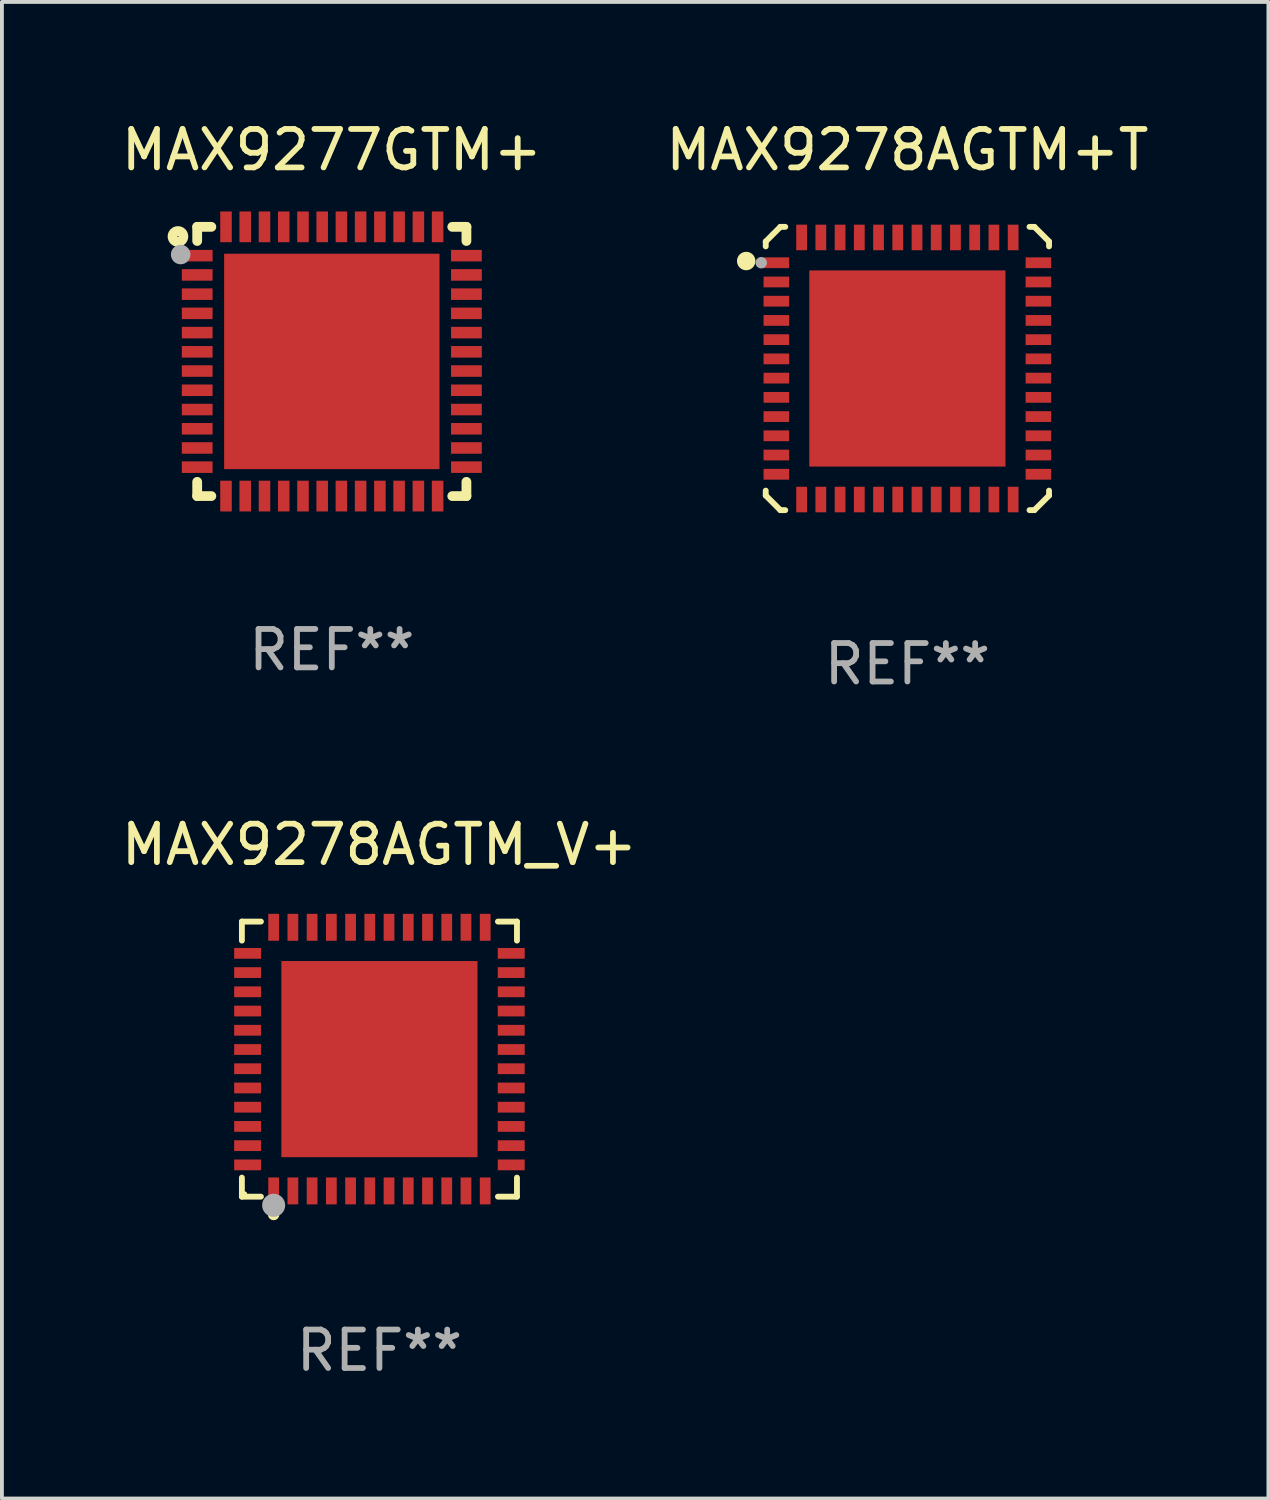
<source format=kicad_pcb>
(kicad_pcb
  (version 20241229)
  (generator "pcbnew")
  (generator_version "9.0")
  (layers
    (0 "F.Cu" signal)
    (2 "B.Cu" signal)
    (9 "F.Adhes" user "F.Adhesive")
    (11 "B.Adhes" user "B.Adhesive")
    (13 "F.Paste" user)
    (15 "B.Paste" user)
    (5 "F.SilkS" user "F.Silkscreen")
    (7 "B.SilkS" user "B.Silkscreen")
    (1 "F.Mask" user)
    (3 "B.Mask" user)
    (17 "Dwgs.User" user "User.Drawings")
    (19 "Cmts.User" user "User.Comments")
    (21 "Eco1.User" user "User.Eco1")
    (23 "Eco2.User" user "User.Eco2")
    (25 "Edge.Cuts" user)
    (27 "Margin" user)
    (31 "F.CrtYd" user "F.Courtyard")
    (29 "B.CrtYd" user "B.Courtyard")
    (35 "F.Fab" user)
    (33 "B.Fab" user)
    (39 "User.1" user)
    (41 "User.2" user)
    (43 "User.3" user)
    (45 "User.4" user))
  (footprint "MAX9277GTM+"
    (layer "F.Cu")
    (at 5.577 6.348)
    (property "Reference" "MAX9277GTM+" (at 0 -5.5 0) (layer "F.SilkS") (effects (font (size 1 1) (thickness 0.15))))
    (attr through_hole)
    (fp_line (start -3.5 -3.5) (end -3.132 -3.5) (stroke (width 0.254) (type solid)) (layer "F.SilkS"))
    (fp_line (start -3.5 -3.132) (end -3.5 -3.5) (stroke (width 0.254) (type solid)) (layer "F.SilkS"))
    (fp_line (start -3.5 3.5) (end -3.5 3.13) (stroke (width 0.254) (type solid)) (layer "F.SilkS"))
    (fp_line (start -3.132 3.5) (end -3.5 3.5) (stroke (width 0.254) (type solid)) (layer "F.SilkS"))
    (fp_line (start 3.132 -3.5) (end 3.5 -3.5) (stroke (width 0.254) (type solid)) (layer "F.SilkS"))
    (fp_line (start 3.5 -3.5) (end 3.5 -3.132) (stroke (width 0.254) (type solid)) (layer "F.SilkS"))
    (fp_line (start 3.5 3.13) (end 3.5 3.5) (stroke (width 0.254) (type solid)) (layer "F.SilkS"))
    (fp_line (start 3.5 3.5) (end 3.132 3.5) (stroke (width 0.254) (type solid)) (layer "F.SilkS"))
    (fp_circle (center -4 -3.25) (end -3.859 -3.25) (stroke (width 0.254) (type solid)) (fill no) (layer "F.SilkS"))
    (fp_circle (center -3.5 -3.501) (end -3.47 -3.501) (stroke (width 0.06) (type solid)) (fill no) (layer "F.SilkS"))
    (fp_circle (center -3.93 -2.78) (end -3.803 -2.78) (stroke (width 0.254) (type solid)) (fill no) (layer "F.Fab"))
    (fp_text user "REF**" (at 0 7.5 0) (layer "F.Fab") (effects (font (size 1 1) (thickness 0.15))))
    (pad "1" smd rect (at -3.5 -2.751 270) (size 0.3 0.8) (layers "F.Cu" "F.Mask" "F.Paste"))
    (pad "2" smd rect (at -3.5 -2.25 270) (size 0.3 0.8) (layers "F.Cu" "F.Mask" "F.Paste"))
    (pad "3" smd rect (at -3.5 -1.75 270) (size 0.3 0.8) (layers "F.Cu" "F.Mask" "F.Paste"))
    (pad "4" smd rect (at -3.5 -1.251 270) (size 0.3 0.8) (layers "F.Cu" "F.Mask" "F.Paste"))
    (pad "5" smd rect (at -3.5 -0.75 270) (size 0.3 0.8) (layers "F.Cu" "F.Mask" "F.Paste"))
    (pad "6" smd rect (at -3.5 -0.251 270) (size 0.3 0.8) (layers "F.Cu" "F.Mask" "F.Paste"))
    (pad "7" smd rect (at -3.5 0.249 270) (size 0.3 0.8) (layers "F.Cu" "F.Mask" "F.Paste"))
    (pad "8" smd rect (at -3.5 0.749 270) (size 0.3 0.8) (layers "F.Cu" "F.Mask" "F.Paste"))
    (pad "9" smd rect (at -3.5 1.25 270) (size 0.3 0.8) (layers "F.Cu" "F.Mask" "F.Paste"))
    (pad "10" smd rect (at -3.5 1.75 270) (size 0.3 0.8) (layers "F.Cu" "F.Mask" "F.Paste"))
    (pad "11" smd rect (at -3.5 2.249 270) (size 0.3 0.8) (layers "F.Cu" "F.Mask" "F.Paste"))
    (pad "12" smd rect (at -3.5 2.748 270) (size 0.3 0.8) (layers "F.Cu" "F.Mask" "F.Paste"))
    (pad "13" smd rect (at -2.751 3.5 180) (size 0.3 0.8) (layers "F.Cu" "F.Mask" "F.Paste"))
    (pad "14" smd rect (at -2.251 3.5 180) (size 0.3 0.8) (layers "F.Cu" "F.Mask" "F.Paste"))
    (pad "15" smd rect (at -1.75 3.5 180) (size 0.3 0.8) (layers "F.Cu" "F.Mask" "F.Paste"))
    (pad "16" smd rect (at -1.25 3.5 180) (size 0.3 0.8) (layers "F.Cu" "F.Mask" "F.Paste"))
    (pad "17" smd rect (at -0.749 3.5 180) (size 0.3 0.8) (layers "F.Cu" "F.Mask" "F.Paste"))
    (pad "18" smd rect (at -0.25 3.5 180) (size 0.3 0.8) (layers "F.Cu" "F.Mask" "F.Paste"))
    (pad "19" smd rect (at 0.249 3.5 180) (size 0.3 0.8) (layers "F.Cu" "F.Mask" "F.Paste"))
    (pad "20" smd rect (at 0.749 3.5 180) (size 0.3 0.8) (layers "F.Cu" "F.Mask" "F.Paste"))
    (pad "21" smd rect (at 1.25 3.5 180) (size 0.3 0.8) (layers "F.Cu" "F.Mask" "F.Paste"))
    (pad "22" smd rect (at 1.75 3.5 180) (size 0.3 0.8) (layers "F.Cu" "F.Mask" "F.Paste"))
    (pad "23" smd rect (at 2.251 3.5 180) (size 0.3 0.8) (layers "F.Cu" "F.Mask" "F.Paste"))
    (pad "24" smd rect (at 2.751 3.5 180) (size 0.3 0.8) (layers "F.Cu" "F.Mask" "F.Paste"))
    (pad "25" smd rect (at 3.5 2.748 270) (size 0.3 0.8) (layers "F.Cu" "F.Mask" "F.Paste"))
    (pad "26" smd rect (at 3.5 2.249 270) (size 0.3 0.8) (layers "F.Cu" "F.Mask" "F.Paste"))
    (pad "27" smd rect (at 3.5 1.75 270) (size 0.3 0.8) (layers "F.Cu" "F.Mask" "F.Paste"))
    (pad "28" smd rect (at 3.5 1.25 270) (size 0.3 0.8) (layers "F.Cu" "F.Mask" "F.Paste"))
    (pad "29" smd rect (at 3.5 0.749 270) (size 0.3 0.8) (layers "F.Cu" "F.Mask" "F.Paste"))
    (pad "30" smd rect (at 3.5 0.249 270) (size 0.3 0.8) (layers "F.Cu" "F.Mask" "F.Paste"))
    (pad "31" smd rect (at 3.5 -0.251 270) (size 0.3 0.8) (layers "F.Cu" "F.Mask" "F.Paste"))
    (pad "32" smd rect (at 3.5 -0.75 270) (size 0.3 0.8) (layers "F.Cu" "F.Mask" "F.Paste"))
    (pad "33" smd rect (at 3.5 -1.251 270) (size 0.3 0.8) (layers "F.Cu" "F.Mask" "F.Paste"))
    (pad "34" smd rect (at 3.5 -1.75 270) (size 0.3 0.8) (layers "F.Cu" "F.Mask" "F.Paste"))
    (pad "35" smd rect (at 3.5 -2.25 270) (size 0.3 0.8) (layers "F.Cu" "F.Mask" "F.Paste"))
    (pad "36" smd rect (at 3.5 -2.751 270) (size 0.3 0.8) (layers "F.Cu" "F.Mask" "F.Paste"))
    (pad "37" smd rect (at 2.751 -3.5 180) (size 0.3 0.8) (layers "F.Cu" "F.Mask" "F.Paste"))
    (pad "38" smd rect (at 2.251 -3.5 180) (size 0.3 0.8) (layers "F.Cu" "F.Mask" "F.Paste"))
    (pad "39" smd rect (at 1.75 -3.5 180) (size 0.3 0.8) (layers "F.Cu" "F.Mask" "F.Paste"))
    (pad "40" smd rect (at 1.25 -3.5 180) (size 0.3 0.8) (layers "F.Cu" "F.Mask" "F.Paste"))
    (pad "41" smd rect (at 0.749 -3.5 180) (size 0.3 0.8) (layers "F.Cu" "F.Mask" "F.Paste"))
    (pad "42" smd rect (at 0.25 -3.5 180) (size 0.3 0.8) (layers "F.Cu" "F.Mask" "F.Paste"))
    (pad "43" smd rect (at -0.25 -3.5 180) (size 0.3 0.8) (layers "F.Cu" "F.Mask" "F.Paste"))
    (pad "44" smd rect (at -0.749 -3.5 180) (size 0.3 0.8) (layers "F.Cu" "F.Mask" "F.Paste"))
    (pad "45" smd rect (at -1.25 -3.5 180) (size 0.3 0.8) (layers "F.Cu" "F.Mask" "F.Paste"))
    (pad "46" smd rect (at -1.75 -3.5 180) (size 0.3 0.8) (layers "F.Cu" "F.Mask" "F.Paste"))
    (pad "47" smd rect (at -2.251 -3.5 180) (size 0.3 0.8) (layers "F.Cu" "F.Mask" "F.Paste"))
    (pad "48" smd rect (at -2.751 -3.5 180) (size 0.3 0.8) (layers "F.Cu" "F.Mask" "F.Paste"))
    (pad "49" smd rect (at 0.000127 -0.001 180) (size 5.6 5.6) (layers "F.Cu" "F.Mask" "F.Paste")))
  (footprint "MAX9278AGTM+T"
    (layer "F.Cu")
    (at 20.542 6.531)
    (property "Reference" "MAX9278AGTM+T" (at 0 -5.683 0) (layer "F.SilkS") (effects (font (size 1 1) (thickness 0.15))))
    (attr through_hole)
    (fp_line (start -3.683 -3.302) (end -3.302 -3.683) (stroke (width 0.152) (type solid)) (layer "F.SilkS"))
    (fp_line (start -3.683 -3.175) (end -3.683 -3.302) (stroke (width 0.152) (type solid)) (layer "F.SilkS"))
    (fp_line (start -3.683 3.302) (end -3.683 3.175) (stroke (width 0.152) (type solid)) (layer "F.SilkS"))
    (fp_line (start -3.302 -3.683) (end -3.175 -3.683) (stroke (width 0.152) (type solid)) (layer "F.SilkS"))
    (fp_line (start -3.302 3.683) (end -3.683 3.302) (stroke (width 0.152) (type solid)) (layer "F.SilkS"))
    (fp_line (start -3.175 3.683) (end -3.302 3.683) (stroke (width 0.152) (type solid)) (layer "F.SilkS"))
    (fp_line (start 3.175 -3.683) (end 3.302 -3.683) (stroke (width 0.152) (type solid)) (layer "F.SilkS"))
    (fp_line (start 3.302 -3.683) (end 3.683 -3.302) (stroke (width 0.152) (type solid)) (layer "F.SilkS"))
    (fp_line (start 3.302 3.683) (end 3.175 3.683) (stroke (width 0.152) (type solid)) (layer "F.SilkS"))
    (fp_line (start 3.683 -3.302) (end 3.683 -3.175) (stroke (width 0.152) (type solid)) (layer "F.SilkS"))
    (fp_line (start 3.683 3.175) (end 3.683 3.302) (stroke (width 0.152) (type solid)) (layer "F.SilkS"))
    (fp_line (start 3.683 3.302) (end 3.302 3.683) (stroke (width 0.152) (type solid)) (layer "F.SilkS"))
    (fp_circle (center -4.191 -2.794) (end -4.071 -2.794) (stroke (width 0.24) (type solid)) (fill no) (layer "F.SilkS"))
    (fp_circle (center -3.5 -3.5) (end -3.47 -3.5) (stroke (width 0.06) (type solid)) (fill no) (layer "F.SilkS"))
    (fp_circle (center -3.8 -2.75) (end -3.725 -2.75) (stroke (width 0.15) (type solid)) (fill no) (layer "F.Fab"))
    (fp_text user "REF**" (at 0 7.683 0) (layer "F.Fab") (effects (font (size 1 1) (thickness 0.15))))
    (pad "1" smd rect (at -3.407 -2.75) (size 0.665 0.28) (layers "F.Cu" "F.Mask" "F.Paste"))
    (pad "2" smd rect (at -3.407 -2.25) (size 0.665 0.28) (layers "F.Cu" "F.Mask" "F.Paste"))
    (pad "3" smd rect (at -3.407 -1.75) (size 0.665 0.28) (layers "F.Cu" "F.Mask" "F.Paste"))
    (pad "4" smd rect (at -3.407 -1.25) (size 0.665 0.28) (layers "F.Cu" "F.Mask" "F.Paste"))
    (pad "5" smd rect (at -3.407 -0.75) (size 0.665 0.28) (layers "F.Cu" "F.Mask" "F.Paste"))
    (pad "6" smd rect (at -3.407 -0.25) (size 0.665 0.28) (layers "F.Cu" "F.Mask" "F.Paste"))
    (pad "7" smd rect (at -3.407 0.25) (size 0.665 0.28) (layers "F.Cu" "F.Mask" "F.Paste"))
    (pad "8" smd rect (at -3.407 0.75) (size 0.665 0.28) (layers "F.Cu" "F.Mask" "F.Paste"))
    (pad "9" smd rect (at -3.407 1.25) (size 0.665 0.28) (layers "F.Cu" "F.Mask" "F.Paste"))
    (pad "10" smd rect (at -3.407 1.75) (size 0.665 0.28) (layers "F.Cu" "F.Mask" "F.Paste"))
    (pad "11" smd rect (at -3.407 2.25) (size 0.665 0.28) (layers "F.Cu" "F.Mask" "F.Paste"))
    (pad "12" smd rect (at -3.407 2.75) (size 0.665 0.28) (layers "F.Cu" "F.Mask" "F.Paste"))
    (pad "13" smd rect (at -2.75 3.407) (size 0.28 0.665) (layers "F.Cu" "F.Mask" "F.Paste"))
    (pad "14" smd rect (at -2.25 3.407) (size 0.28 0.665) (layers "F.Cu" "F.Mask" "F.Paste"))
    (pad "15" smd rect (at -1.75 3.407) (size 0.28 0.665) (layers "F.Cu" "F.Mask" "F.Paste"))
    (pad "16" smd rect (at -1.25 3.407) (size 0.28 0.665) (layers "F.Cu" "F.Mask" "F.Paste"))
    (pad "17" smd rect (at -0.75 3.407) (size 0.28 0.665) (layers "F.Cu" "F.Mask" "F.Paste"))
    (pad "18" smd rect (at -0.25 3.407) (size 0.28 0.665) (layers "F.Cu" "F.Mask" "F.Paste"))
    (pad "19" smd rect (at 0.25 3.407) (size 0.28 0.665) (layers "F.Cu" "F.Mask" "F.Paste"))
    (pad "20" smd rect (at 0.75 3.407) (size 0.28 0.665) (layers "F.Cu" "F.Mask" "F.Paste"))
    (pad "21" smd rect (at 1.25 3.407) (size 0.28 0.665) (layers "F.Cu" "F.Mask" "F.Paste"))
    (pad "22" smd rect (at 1.75 3.407) (size 0.28 0.665) (layers "F.Cu" "F.Mask" "F.Paste"))
    (pad "23" smd rect (at 2.25 3.407) (size 0.28 0.665) (layers "F.Cu" "F.Mask" "F.Paste"))
    (pad "24" smd rect (at 2.75 3.407) (size 0.28 0.665) (layers "F.Cu" "F.Mask" "F.Paste"))
    (pad "25" smd rect (at 3.407 2.75) (size 0.665 0.28) (layers "F.Cu" "F.Mask" "F.Paste"))
    (pad "26" smd rect (at 3.407 2.25) (size 0.665 0.28) (layers "F.Cu" "F.Mask" "F.Paste"))
    (pad "27" smd rect (at 3.407 1.75) (size 0.665 0.28) (layers "F.Cu" "F.Mask" "F.Paste"))
    (pad "28" smd rect (at 3.407 1.25) (size 0.665 0.28) (layers "F.Cu" "F.Mask" "F.Paste"))
    (pad "29" smd rect (at 3.407 0.75) (size 0.665 0.28) (layers "F.Cu" "F.Mask" "F.Paste"))
    (pad "30" smd rect (at 3.407 0.25) (size 0.665 0.28) (layers "F.Cu" "F.Mask" "F.Paste"))
    (pad "31" smd rect (at 3.407 -0.25) (size 0.665 0.28) (layers "F.Cu" "F.Mask" "F.Paste"))
    (pad "32" smd rect (at 3.407 -0.75) (size 0.665 0.28) (layers "F.Cu" "F.Mask" "F.Paste"))
    (pad "33" smd rect (at 3.407 -1.25) (size 0.665 0.28) (layers "F.Cu" "F.Mask" "F.Paste"))
    (pad "34" smd rect (at 3.407 -1.75) (size 0.665 0.28) (layers "F.Cu" "F.Mask" "F.Paste"))
    (pad "35" smd rect (at 3.407 -2.25) (size 0.665 0.28) (layers "F.Cu" "F.Mask" "F.Paste"))
    (pad "36" smd rect (at 3.407 -2.75) (size 0.665 0.28) (layers "F.Cu" "F.Mask" "F.Paste"))
    (pad "37" smd rect (at 2.75 -3.407) (size 0.28 0.665) (layers "F.Cu" "F.Mask" "F.Paste"))
    (pad "38" smd rect (at 2.25 -3.407) (size 0.28 0.665) (layers "F.Cu" "F.Mask" "F.Paste"))
    (pad "39" smd rect (at 1.75 -3.407) (size 0.28 0.665) (layers "F.Cu" "F.Mask" "F.Paste"))
    (pad "40" smd rect (at 1.25 -3.407) (size 0.28 0.665) (layers "F.Cu" "F.Mask" "F.Paste"))
    (pad "41" smd rect (at 0.75 -3.407) (size 0.28 0.665) (layers "F.Cu" "F.Mask" "F.Paste"))
    (pad "42" smd rect (at 0.25 -3.407) (size 0.28 0.665) (layers "F.Cu" "F.Mask" "F.Paste"))
    (pad "43" smd rect (at -0.25 -3.407) (size 0.28 0.665) (layers "F.Cu" "F.Mask" "F.Paste"))
    (pad "44" smd rect (at -0.75 -3.407) (size 0.28 0.665) (layers "F.Cu" "F.Mask" "F.Paste"))
    (pad "45" smd rect (at -1.25 -3.407) (size 0.28 0.665) (layers "F.Cu" "F.Mask" "F.Paste"))
    (pad "46" smd rect (at -1.75 -3.407) (size 0.28 0.665) (layers "F.Cu" "F.Mask" "F.Paste"))
    (pad "47" smd rect (at -2.25 -3.407) (size 0.28 0.665) (layers "F.Cu" "F.Mask" "F.Paste"))
    (pad "48" smd rect (at -2.75 -3.407) (size 0.28 0.665) (layers "F.Cu" "F.Mask" "F.Paste"))
    (pad "49" smd rect (at 0 0) (size 5.1 5.1) (layers "F.Cu" "F.Mask" "F.Paste")))
  (footprint "MAX9278AGTM_V+"
    (layer "F.Cu")
    (at 6.815 24.487)
    (property "Reference" "MAX9278AGTM_V+" (at 0 -5.576 0) (layer "F.SilkS") (effects (font (size 1 1) (thickness 0.15))))
    (attr through_hole)
    (fp_line (start -3.576 -3.576) (end -3.081 -3.576) (stroke (width 0.152) (type solid)) (layer "F.SilkS"))
    (fp_line (start -3.576 -3.081) (end -3.576 -3.576) (stroke (width 0.152) (type solid)) (layer "F.SilkS"))
    (fp_line (start -3.576 3.081) (end -3.576 3.576) (stroke (width 0.152) (type solid)) (layer "F.SilkS"))
    (fp_line (start -3.576 3.576) (end -3.081 3.576) (stroke (width 0.152) (type solid)) (layer "F.SilkS"))
    (fp_line (start 3.576 -3.576) (end 3.081 -3.576) (stroke (width 0.152) (type solid)) (layer "F.SilkS"))
    (fp_line (start 3.576 -3.081) (end 3.576 -3.576) (stroke (width 0.152) (type solid)) (layer "F.SilkS"))
    (fp_line (start 3.576 3.081) (end 3.576 3.576) (stroke (width 0.152) (type solid)) (layer "F.SilkS"))
    (fp_line (start 3.576 3.576) (end 3.081 3.576) (stroke (width 0.152) (type solid)) (layer "F.SilkS"))
    (fp_circle (center -3.5 3.5) (end -3.47 3.5) (stroke (width 0.06) (type solid)) (fill no) (layer "F.SilkS"))
    (fp_circle (center -2.75 4.04) (end -2.675 4.04) (stroke (width 0.15) (type solid)) (fill no) (layer "F.SilkS"))
    (fp_circle (center -2.75 3.8) (end -2.6 3.8) (stroke (width 0.3) (type solid)) (fill no) (layer "F.Fab"))
    (fp_text user "REF**" (at 0 7.576 0) (layer "F.Fab") (effects (font (size 1 1) (thickness 0.15))))
    (pad "1" smd rect (at -2.75 3.427) (size 0.28 0.7) (layers "F.Cu" "F.Mask" "F.Paste"))
    (pad "2" smd rect (at -2.25 3.427) (size 0.28 0.7) (layers "F.Cu" "F.Mask" "F.Paste"))
    (pad "3" smd rect (at -1.75 3.427) (size 0.28 0.7) (layers "F.Cu" "F.Mask" "F.Paste"))
    (pad "4" smd rect (at -1.25 3.427) (size 0.28 0.7) (layers "F.Cu" "F.Mask" "F.Paste"))
    (pad "5" smd rect (at -0.75 3.427) (size 0.28 0.7) (layers "F.Cu" "F.Mask" "F.Paste"))
    (pad "6" smd rect (at -0.25 3.427) (size 0.28 0.7) (layers "F.Cu" "F.Mask" "F.Paste"))
    (pad "7" smd rect (at 0.25 3.427) (size 0.28 0.7) (layers "F.Cu" "F.Mask" "F.Paste"))
    (pad "8" smd rect (at 0.75 3.427) (size 0.28 0.7) (layers "F.Cu" "F.Mask" "F.Paste"))
    (pad "9" smd rect (at 1.25 3.427) (size 0.28 0.7) (layers "F.Cu" "F.Mask" "F.Paste"))
    (pad "10" smd rect (at 1.75 3.427) (size 0.28 0.7) (layers "F.Cu" "F.Mask" "F.Paste"))
    (pad "11" smd rect (at 2.25 3.427) (size 0.28 0.7) (layers "F.Cu" "F.Mask" "F.Paste"))
    (pad "12" smd rect (at 2.75 3.427) (size 0.28 0.7) (layers "F.Cu" "F.Mask" "F.Paste"))
    (pad "13" smd rect (at 3.427 2.75) (size 0.7 0.28) (layers "F.Cu" "F.Mask" "F.Paste"))
    (pad "14" smd rect (at 3.427 2.25) (size 0.7 0.28) (layers "F.Cu" "F.Mask" "F.Paste"))
    (pad "15" smd rect (at 3.427 1.75) (size 0.7 0.28) (layers "F.Cu" "F.Mask" "F.Paste"))
    (pad "16" smd rect (at 3.427 1.25) (size 0.7 0.28) (layers "F.Cu" "F.Mask" "F.Paste"))
    (pad "17" smd rect (at 3.427 0.75) (size 0.7 0.28) (layers "F.Cu" "F.Mask" "F.Paste"))
    (pad "18" smd rect (at 3.427 0.25) (size 0.7 0.28) (layers "F.Cu" "F.Mask" "F.Paste"))
    (pad "19" smd rect (at 3.427 -0.25) (size 0.7 0.28) (layers "F.Cu" "F.Mask" "F.Paste"))
    (pad "20" smd rect (at 3.427 -0.75) (size 0.7 0.28) (layers "F.Cu" "F.Mask" "F.Paste"))
    (pad "21" smd rect (at 3.427 -1.25) (size 0.7 0.28) (layers "F.Cu" "F.Mask" "F.Paste"))
    (pad "22" smd rect (at 3.427 -1.75) (size 0.7 0.28) (layers "F.Cu" "F.Mask" "F.Paste"))
    (pad "23" smd rect (at 3.427 -2.25) (size 0.7 0.28) (layers "F.Cu" "F.Mask" "F.Paste"))
    (pad "24" smd rect (at 3.427 -2.75) (size 0.7 0.28) (layers "F.Cu" "F.Mask" "F.Paste"))
    (pad "25" smd rect (at 2.75 -3.427) (size 0.28 0.7) (layers "F.Cu" "F.Mask" "F.Paste"))
    (pad "26" smd rect (at 2.25 -3.427) (size 0.28 0.7) (layers "F.Cu" "F.Mask" "F.Paste"))
    (pad "27" smd rect (at 1.75 -3.427) (size 0.28 0.7) (layers "F.Cu" "F.Mask" "F.Paste"))
    (pad "28" smd rect (at 1.25 -3.427) (size 0.28 0.7) (layers "F.Cu" "F.Mask" "F.Paste"))
    (pad "29" smd rect (at 0.75 -3.427) (size 0.28 0.7) (layers "F.Cu" "F.Mask" "F.Paste"))
    (pad "30" smd rect (at 0.25 -3.427) (size 0.28 0.7) (layers "F.Cu" "F.Mask" "F.Paste"))
    (pad "31" smd rect (at -0.25 -3.427) (size 0.28 0.7) (layers "F.Cu" "F.Mask" "F.Paste"))
    (pad "32" smd rect (at -0.75 -3.427) (size 0.28 0.7) (layers "F.Cu" "F.Mask" "F.Paste"))
    (pad "33" smd rect (at -1.25 -3.427) (size 0.28 0.7) (layers "F.Cu" "F.Mask" "F.Paste"))
    (pad "34" smd rect (at -1.75 -3.427) (size 0.28 0.7) (layers "F.Cu" "F.Mask" "F.Paste"))
    (pad "35" smd rect (at -2.25 -3.427) (size 0.28 0.7) (layers "F.Cu" "F.Mask" "F.Paste"))
    (pad "36" smd rect (at -2.75 -3.427) (size 0.28 0.7) (layers "F.Cu" "F.Mask" "F.Paste"))
    (pad "37" smd rect (at -3.427 -2.75) (size 0.7 0.28) (layers "F.Cu" "F.Mask" "F.Paste"))
    (pad "38" smd rect (at -3.427 -2.25) (size 0.7 0.28) (layers "F.Cu" "F.Mask" "F.Paste"))
    (pad "39" smd rect (at -3.427 -1.75) (size 0.7 0.28) (layers "F.Cu" "F.Mask" "F.Paste"))
    (pad "40" smd rect (at -3.427 -1.25) (size 0.7 0.28) (layers "F.Cu" "F.Mask" "F.Paste"))
    (pad "41" smd rect (at -3.427 -0.75) (size 0.7 0.28) (layers "F.Cu" "F.Mask" "F.Paste"))
    (pad "42" smd rect (at -3.427 -0.25) (size 0.7 0.28) (layers "F.Cu" "F.Mask" "F.Paste"))
    (pad "43" smd rect (at -3.427 0.25) (size 0.7 0.28) (layers "F.Cu" "F.Mask" "F.Paste"))
    (pad "44" smd rect (at -3.427 0.75) (size 0.7 0.28) (layers "F.Cu" "F.Mask" "F.Paste"))
    (pad "45" smd rect (at -3.427 1.25) (size 0.7 0.28) (layers "F.Cu" "F.Mask" "F.Paste"))
    (pad "46" smd rect (at -3.427 1.75) (size 0.7 0.28) (layers "F.Cu" "F.Mask" "F.Paste"))
    (pad "47" smd rect (at -3.427 2.25) (size 0.7 0.28) (layers "F.Cu" "F.Mask" "F.Paste"))
    (pad "48" smd rect (at -3.427 2.75) (size 0.7 0.28) (layers "F.Cu" "F.Mask" "F.Paste"))
    (pad "49" smd rect (at 0 0) (size 5.1 5.1) (layers "F.Cu" "F.Mask" "F.Paste")))
  (gr_rect
    (start -3 -3)
    (end 29.929 35.911)
    (stroke (width 0.1) (type default))
    (fill no)
    (layer "Edge.Cuts")))
</source>
